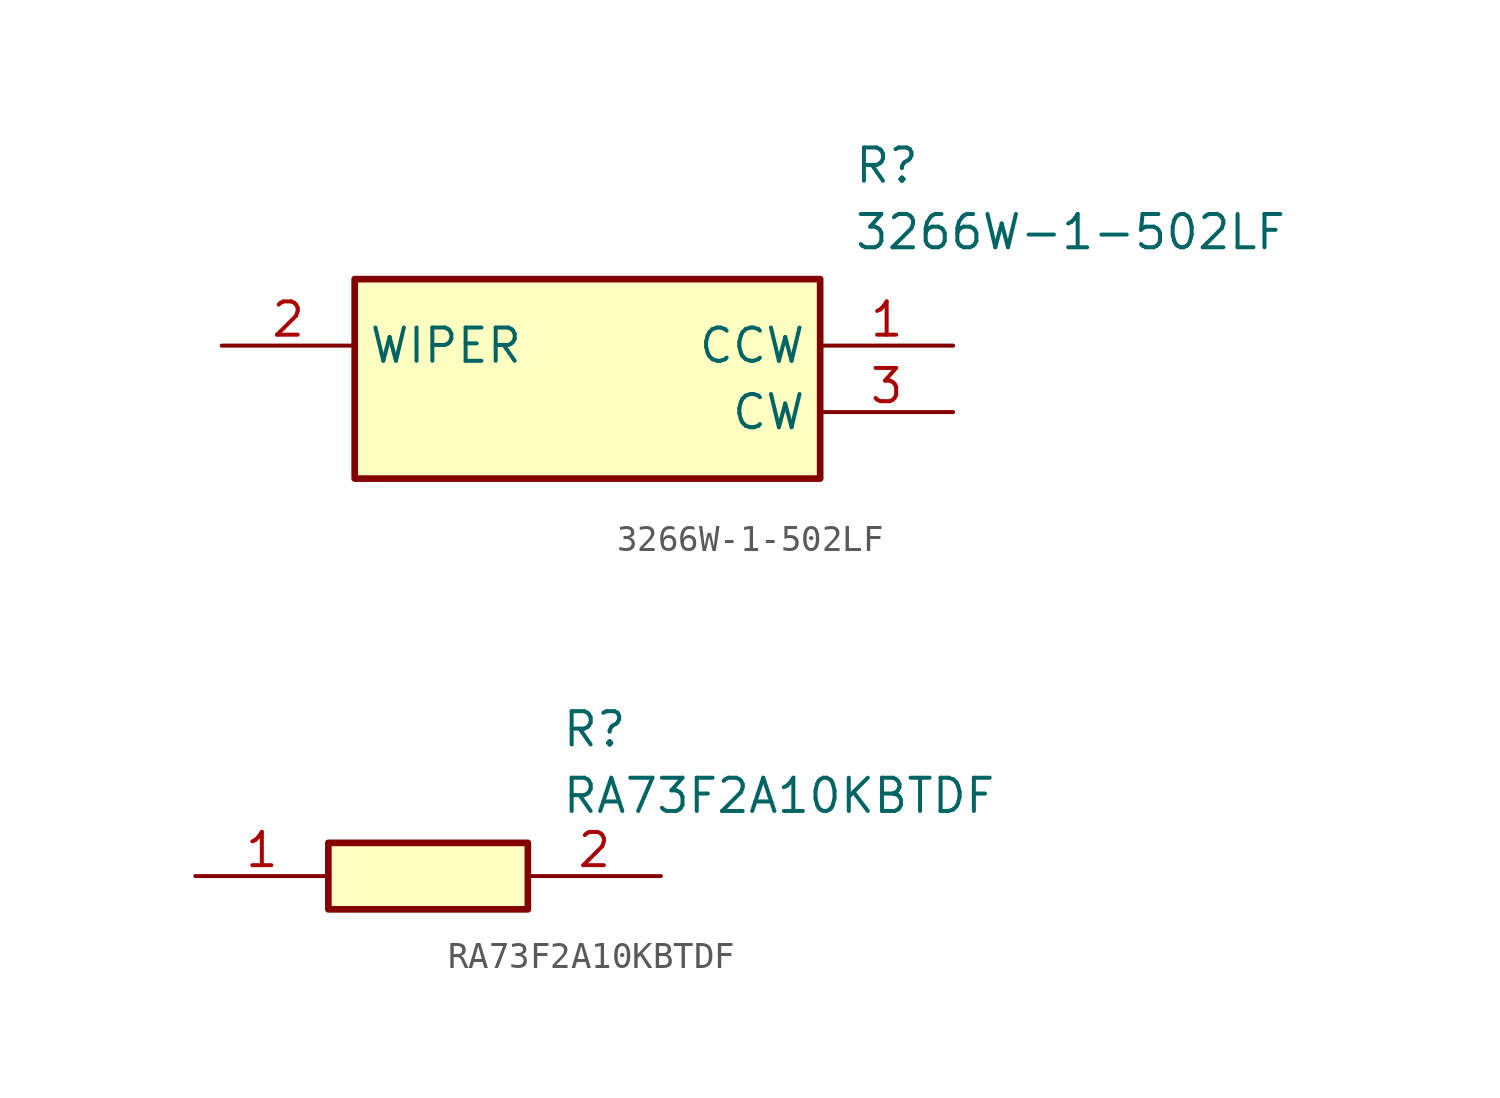
<source format=kicad_sym>
(kicad_symbol_lib
  (version 20220914)
  (generator SamacSys_ECAD_Model)
  (symbol "3266W-1-502LF"
    (property "Reference" "R"
      (at 24.13 7.62 0)
      (effects (font (size 1.27 1.27)) (justify left top)))
    (property "Value" "3266W-1-502LF"
      (at 24.13 5.08 0)
      (effects (font (size 1.27 1.27)) (justify left top)))
    (rectangle
      (start 5.08 2.54)
      (end 22.86 -5.08)
      (stroke (width 0.254) (type default))
      (fill (type background)))
    (pin passive line
      (at 27.94 0 180)
      (length 5.08)
      (name "CCW" (effects (font (size 1.27 1.27))))
      (number "1" (effects (font (size 1.27 1.27)))))
    (pin passive line
      (at 0 0 0)
      (length 5.08)
      (name "WIPER" (effects (font (size 1.27 1.27))))
      (number "2" (effects (font (size 1.27 1.27)))))
    (pin passive line
      (at 27.94 -2.54 180)
      (length 5.08)
      (name "CW" (effects (font (size 1.27 1.27))))
      (number "3" (effects (font (size 1.27 1.27))))))
  (symbol "RA73F2A10KBTDF"
    (pin_names hide)
    (property "Reference" "R"
      (at 13.97 6.35 0)
      (effects (font (size 1.27 1.27)) (justify left top)))
    (property "Value" "RA73F2A10KBTDF"
      (at 13.97 3.81 0)
      (effects (font (size 1.27 1.27)) (justify left top)))
    (rectangle
      (start 5.08 1.27)
      (end 12.7 -1.27)
      (stroke (width 0.254) (type default))
      (fill (type background)))
    (pin passive line
      (at 0 0 0)
      (length 5.08)
      (name "1" (effects (font (size 1.27 1.27))))
      (number "1" (effects (font (size 1.27 1.27)))))
    (pin passive line
      (at 17.78 0 180)
      (length 5.08)
      (name "2" (effects (font (size 1.27 1.27))))
      (number "2" (effects (font (size 1.27 1.27)))))))
</source>
